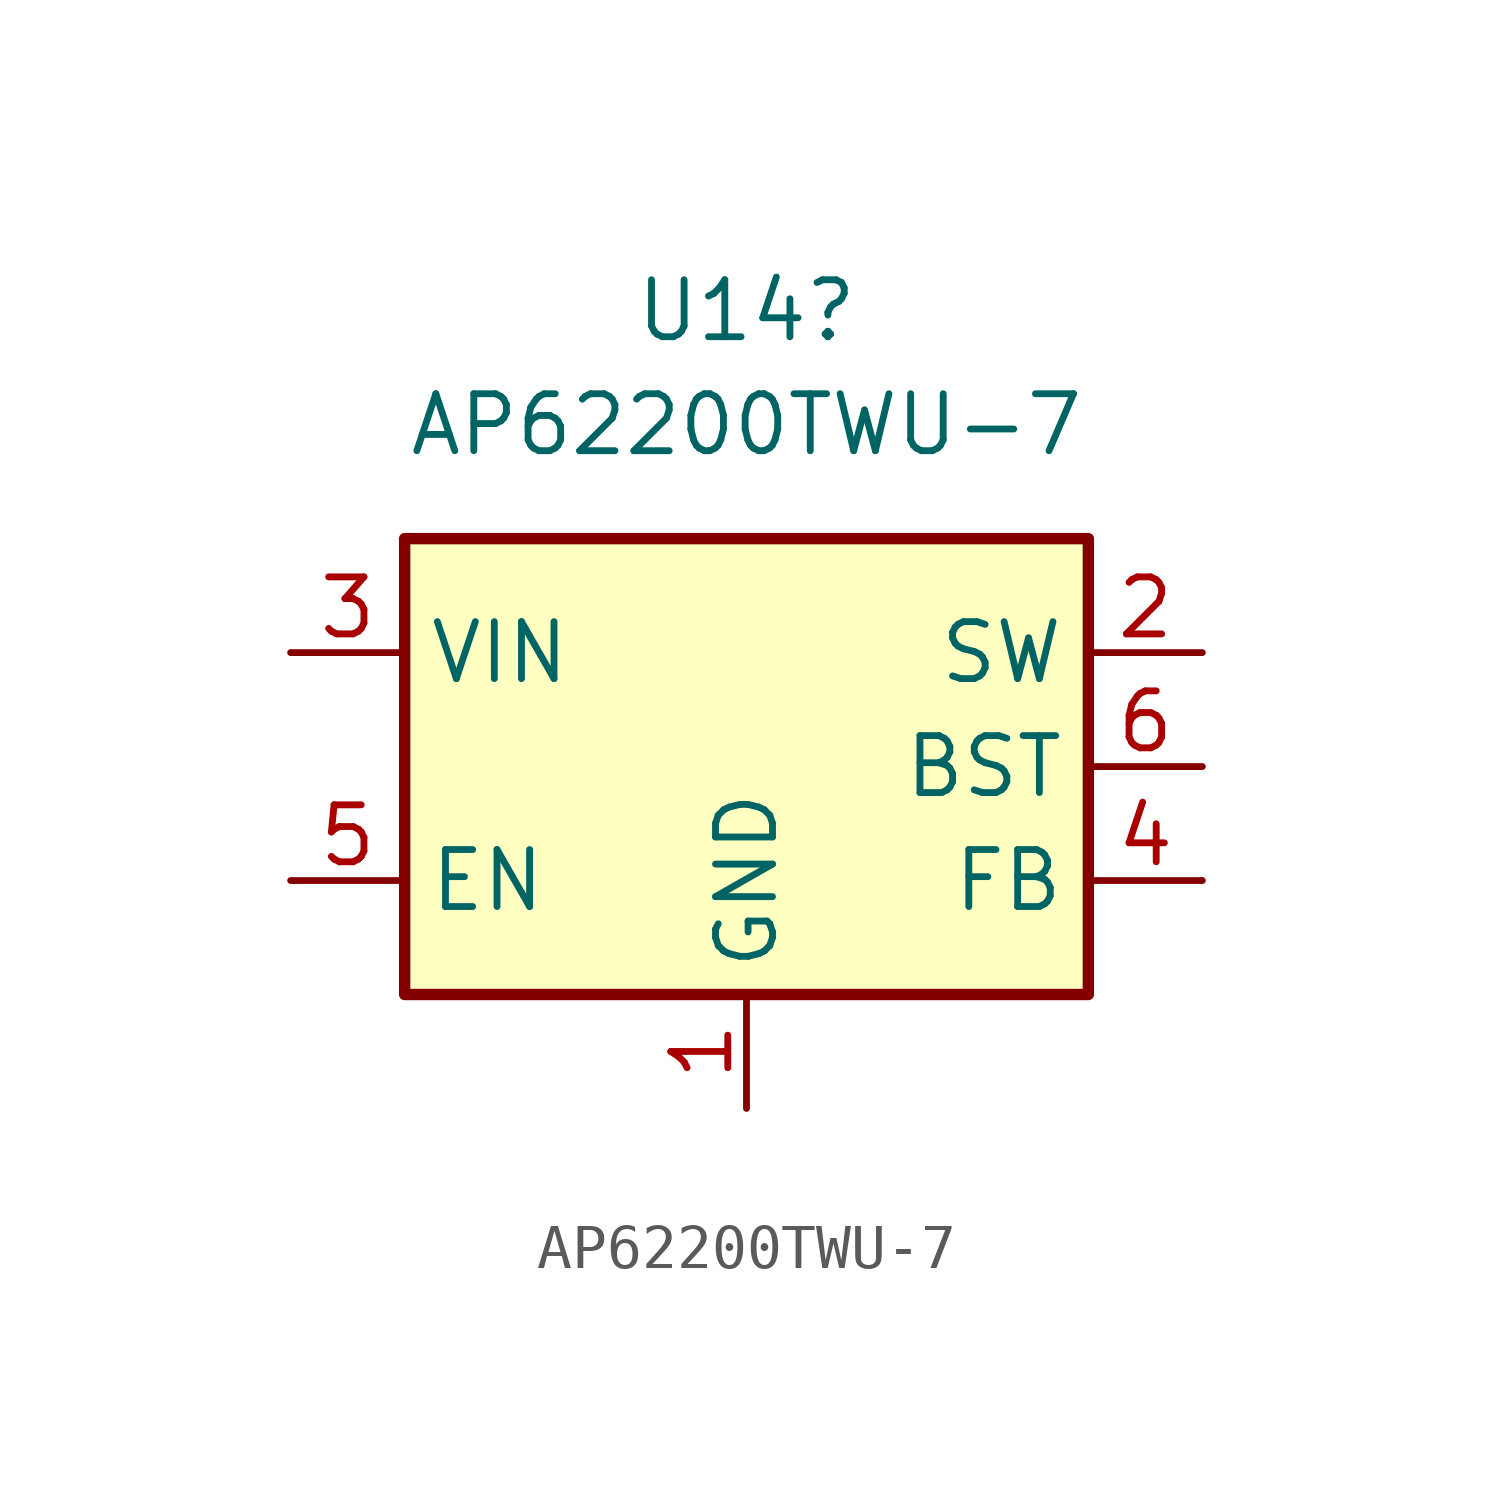
<source format=kicad_sym>
(kicad_symbol_lib
  (version 20220914)
  (generator kicad_symbol_editor)
  (symbol "AP62200TWU-7"
    (property "Reference" "U14"
      (at 0 10.16 0)
      (effects (font (size 1.27 1.27))))
    (property "Value" "AP62200TWU-7"
      (at 0 7.62 0)
      (effects (font (size 1.27 1.27))))
    (symbol "AP62200TWU-7_0_1"
      (rectangle (start -7.62 5.08) (end 7.62 -5.08) (stroke (width 0.254) (type default)) (fill (type background))))
    (symbol "AP62200TWU-7_1_1"
      (pin power_in line (at 0 -7.62 90) (length 2.54) (name "GND" (effects (font (size 1.27 1.27)))) (number "1" (effects (font (size 1.27 1.27)))))
      (pin output line (at 10.16 2.54 180) (length 2.54) (name "SW" (effects (font (size 1.27 1.27)))) (number "2" (effects (font (size 1.27 1.27)))))
      (pin power_in line (at -10.16 2.54 0) (length 2.54) (name "VIN" (effects (font (size 1.27 1.27)))) (number "3" (effects (font (size 1.27 1.27)))))
      (pin input line (at 10.16 -2.54 180) (length 2.54) (name "FB" (effects (font (size 1.27 1.27)))) (number "4" (effects (font (size 1.27 1.27)))))
      (pin input line (at -10.16 -2.54 0) (length 2.54) (name "EN" (effects (font (size 1.27 1.27)))) (number "5" (effects (font (size 1.27 1.27)))))
      (pin passive line (at 10.16 0 180) (length 2.54) (name "BST" (effects (font (size 1.27 1.27)))) (number "6" (effects (font (size 1.27 1.27))))))))
</source>
